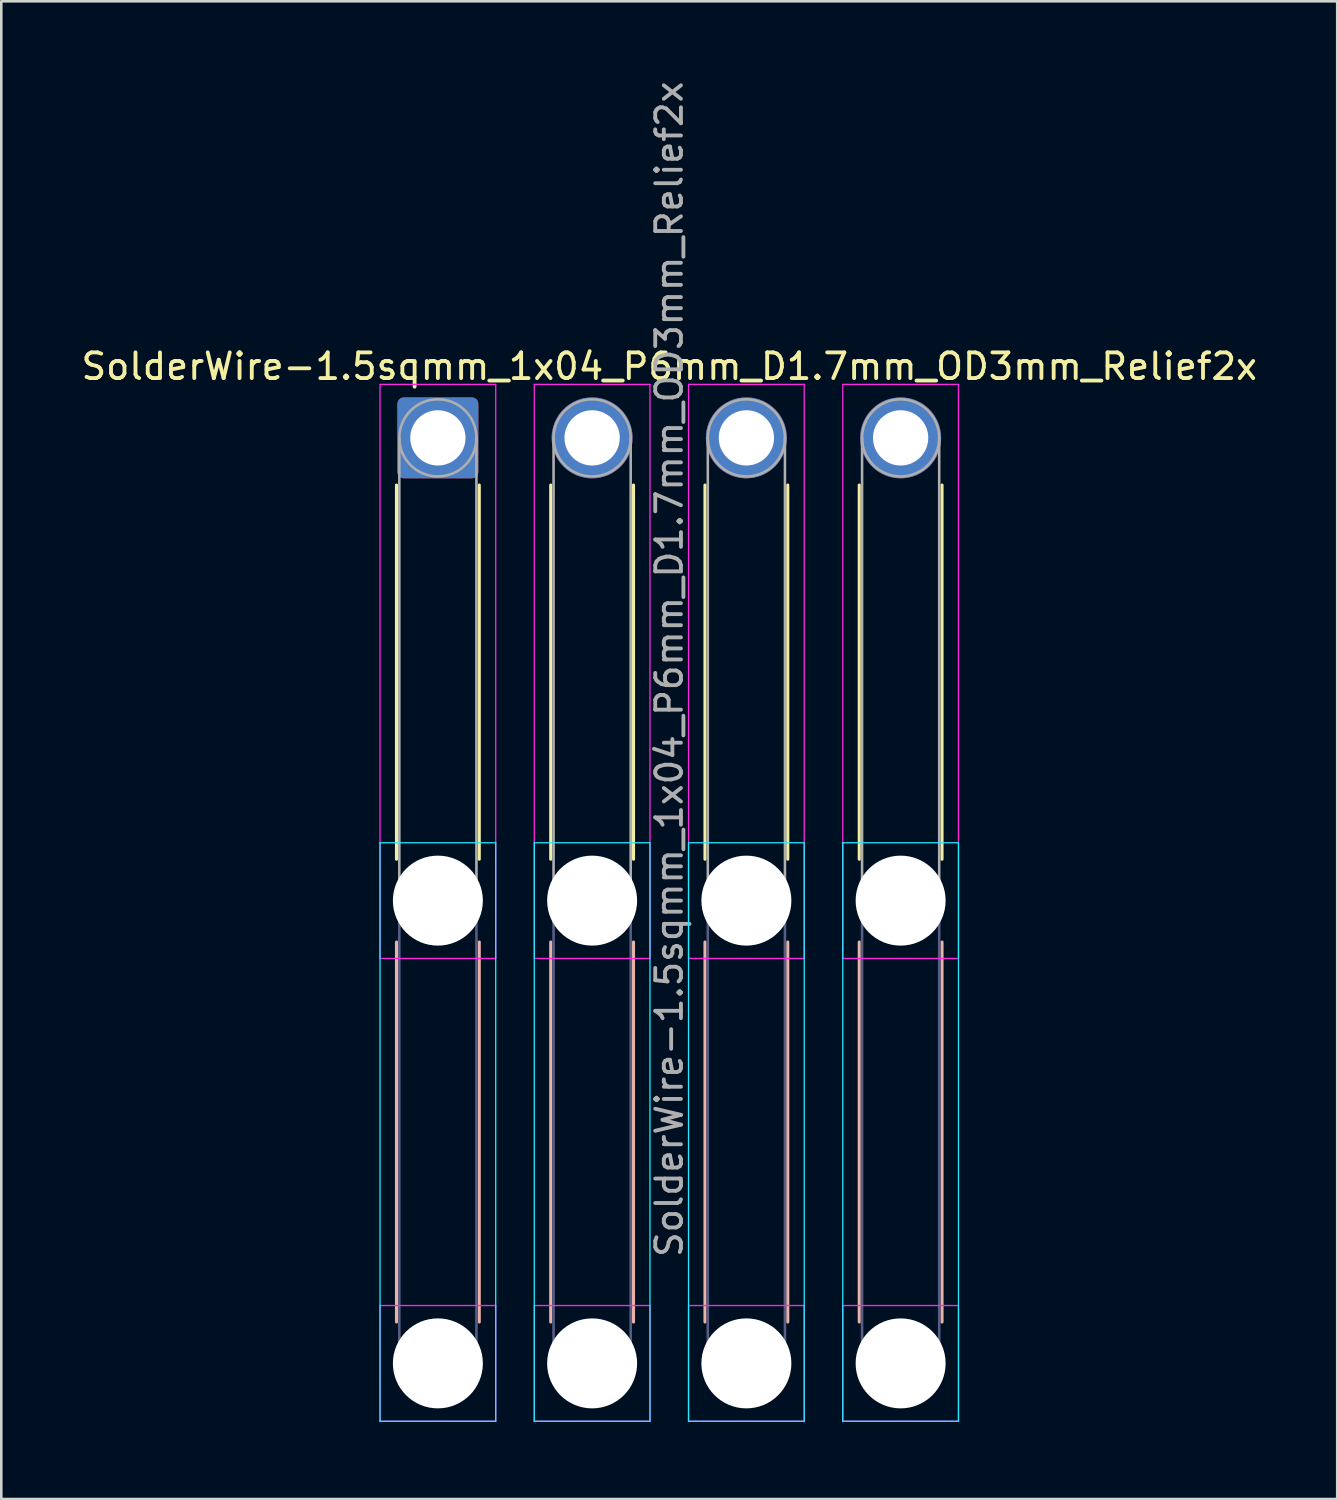
<source format=kicad_pcb>
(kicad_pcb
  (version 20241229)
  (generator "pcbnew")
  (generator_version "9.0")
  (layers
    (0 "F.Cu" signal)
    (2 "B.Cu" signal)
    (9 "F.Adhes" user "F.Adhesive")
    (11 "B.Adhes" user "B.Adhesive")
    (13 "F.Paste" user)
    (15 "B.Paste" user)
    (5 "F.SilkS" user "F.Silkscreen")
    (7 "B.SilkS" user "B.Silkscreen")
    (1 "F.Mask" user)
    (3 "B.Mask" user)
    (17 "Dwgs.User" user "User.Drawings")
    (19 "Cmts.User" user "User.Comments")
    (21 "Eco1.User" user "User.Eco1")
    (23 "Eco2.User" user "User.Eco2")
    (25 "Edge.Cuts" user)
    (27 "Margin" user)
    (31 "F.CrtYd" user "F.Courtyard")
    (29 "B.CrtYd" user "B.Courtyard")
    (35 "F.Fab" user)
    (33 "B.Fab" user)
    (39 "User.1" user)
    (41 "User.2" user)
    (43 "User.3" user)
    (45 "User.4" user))
  (footprint "SolderWire-1.5sqmm_1x04_P6mm_D1.7mm_OD3mm_Relief2x"
    (layer "F.Cu")
    (at 13.982 13.982)
    (property "Reference" "SolderWire-1.5sqmm_1x04_P6mm_D1.7mm_OD3mm_Relief2x" (at 9 -2.78 0) (layer "F.SilkS") (effects (font (size 1 1) (thickness 0.15))))
    (attr exclude_from_pos_files exclude_from_bom)
    (fp_line (start -1.61 1.835) (end -1.61 16.39) (stroke (width 0.12) (type solid)) (layer "F.SilkS"))
    (fp_line (start 1.61 1.835) (end 1.61 16.39) (stroke (width 0.12) (type solid)) (layer "F.SilkS"))
    (fp_line (start 4.39 1.835) (end 4.39 16.39) (stroke (width 0.12) (type solid)) (layer "F.SilkS"))
    (fp_line (start 7.61 1.835) (end 7.61 16.39) (stroke (width 0.12) (type solid)) (layer "F.SilkS"))
    (fp_line (start 10.39 1.835) (end 10.39 16.39) (stroke (width 0.12) (type solid)) (layer "F.SilkS"))
    (fp_line (start 13.61 1.835) (end 13.61 16.39) (stroke (width 0.12) (type solid)) (layer "F.SilkS"))
    (fp_line (start 16.39 1.835) (end 16.39 16.39) (stroke (width 0.12) (type solid)) (layer "F.SilkS"))
    (fp_line (start 19.61 1.835) (end 19.61 16.39) (stroke (width 0.12) (type solid)) (layer "F.SilkS"))
    (fp_line (start -1.61 19.61) (end -1.61 34.39) (stroke (width 0.12) (type solid)) (layer "B.SilkS"))
    (fp_line (start 1.61 19.61) (end 1.61 34.39) (stroke (width 0.12) (type solid)) (layer "B.SilkS"))
    (fp_line (start 4.39 19.61) (end 4.39 34.39) (stroke (width 0.12) (type solid)) (layer "B.SilkS"))
    (fp_line (start 7.61 19.61) (end 7.61 34.39) (stroke (width 0.12) (type solid)) (layer "B.SilkS"))
    (fp_line (start 10.39 19.61) (end 10.39 34.39) (stroke (width 0.12) (type solid)) (layer "B.SilkS"))
    (fp_line (start 13.61 19.61) (end 13.61 34.39) (stroke (width 0.12) (type solid)) (layer "B.SilkS"))
    (fp_line (start 16.39 19.61) (end 16.39 34.39) (stroke (width 0.12) (type solid)) (layer "B.SilkS"))
    (fp_line (start 19.61 19.61) (end 19.61 34.39) (stroke (width 0.12) (type solid)) (layer "B.SilkS"))
    (fp_line (start -2.25 15.75) (end -2.25 38.25) (stroke (width 0.05) (type solid)) (layer "B.CrtYd"))
    (fp_line (start -2.25 38.25) (end 2.25 38.25) (stroke (width 0.05) (type solid)) (layer "B.CrtYd"))
    (fp_line (start 2.25 15.75) (end -2.25 15.75) (stroke (width 0.05) (type solid)) (layer "B.CrtYd"))
    (fp_line (start 2.25 38.25) (end 2.25 15.75) (stroke (width 0.05) (type solid)) (layer "B.CrtYd"))
    (fp_line (start 3.75 15.75) (end 3.75 38.25) (stroke (width 0.05) (type solid)) (layer "B.CrtYd"))
    (fp_line (start 3.75 38.25) (end 8.25 38.25) (stroke (width 0.05) (type solid)) (layer "B.CrtYd"))
    (fp_line (start 8.25 15.75) (end 3.75 15.75) (stroke (width 0.05) (type solid)) (layer "B.CrtYd"))
    (fp_line (start 8.25 38.25) (end 8.25 15.75) (stroke (width 0.05) (type solid)) (layer "B.CrtYd"))
    (fp_line (start 9.75 15.75) (end 9.75 38.25) (stroke (width 0.05) (type solid)) (layer "B.CrtYd"))
    (fp_line (start 9.75 38.25) (end 14.25 38.25) (stroke (width 0.05) (type solid)) (layer "B.CrtYd"))
    (fp_line (start 14.25 15.75) (end 9.75 15.75) (stroke (width 0.05) (type solid)) (layer "B.CrtYd"))
    (fp_line (start 14.25 38.25) (end 14.25 15.75) (stroke (width 0.05) (type solid)) (layer "B.CrtYd"))
    (fp_line (start 15.75 15.75) (end 15.75 38.25) (stroke (width 0.05) (type solid)) (layer "B.CrtYd"))
    (fp_line (start 15.75 38.25) (end 20.25 38.25) (stroke (width 0.05) (type solid)) (layer "B.CrtYd"))
    (fp_line (start 20.25 15.75) (end 15.75 15.75) (stroke (width 0.05) (type solid)) (layer "B.CrtYd"))
    (fp_line (start 20.25 38.25) (end 20.25 15.75) (stroke (width 0.05) (type solid)) (layer "B.CrtYd"))
    (fp_line (start -2.25 -2.08) (end -2.25 20.25) (stroke (width 0.05) (type solid)) (layer "F.CrtYd"))
    (fp_line (start -2.25 20.25) (end 2.25 20.25) (stroke (width 0.05) (type solid)) (layer "F.CrtYd"))
    (fp_line (start -2.25 33.75) (end -2.25 38.25) (stroke (width 0.05) (type solid)) (layer "F.CrtYd"))
    (fp_line (start -2.25 38.25) (end 2.25 38.25) (stroke (width 0.05) (type solid)) (layer "F.CrtYd"))
    (fp_line (start 2.25 -2.08) (end -2.25 -2.08) (stroke (width 0.05) (type solid)) (layer "F.CrtYd"))
    (fp_line (start 2.25 20.25) (end 2.25 -2.08) (stroke (width 0.05) (type solid)) (layer "F.CrtYd"))
    (fp_line (start 2.25 33.75) (end -2.25 33.75) (stroke (width 0.05) (type solid)) (layer "F.CrtYd"))
    (fp_line (start 2.25 38.25) (end 2.25 33.75) (stroke (width 0.05) (type solid)) (layer "F.CrtYd"))
    (fp_line (start 3.75 -2.08) (end 3.75 20.25) (stroke (width 0.05) (type solid)) (layer "F.CrtYd"))
    (fp_line (start 3.75 20.25) (end 8.25 20.25) (stroke (width 0.05) (type solid)) (layer "F.CrtYd"))
    (fp_line (start 3.75 33.75) (end 3.75 38.25) (stroke (width 0.05) (type solid)) (layer "F.CrtYd"))
    (fp_line (start 3.75 38.25) (end 8.25 38.25) (stroke (width 0.05) (type solid)) (layer "F.CrtYd"))
    (fp_line (start 8.25 -2.08) (end 3.75 -2.08) (stroke (width 0.05) (type solid)) (layer "F.CrtYd"))
    (fp_line (start 8.25 20.25) (end 8.25 -2.08) (stroke (width 0.05) (type solid)) (layer "F.CrtYd"))
    (fp_line (start 8.25 33.75) (end 3.75 33.75) (stroke (width 0.05) (type solid)) (layer "F.CrtYd"))
    (fp_line (start 8.25 38.25) (end 8.25 33.75) (stroke (width 0.05) (type solid)) (layer "F.CrtYd"))
    (fp_line (start 9.75 -2.08) (end 9.75 20.25) (stroke (width 0.05) (type solid)) (layer "F.CrtYd"))
    (fp_line (start 9.75 20.25) (end 14.25 20.25) (stroke (width 0.05) (type solid)) (layer "F.CrtYd"))
    (fp_line (start 9.75 33.75) (end 9.75 38.25) (stroke (width 0.05) (type solid)) (layer "F.CrtYd"))
    (fp_line (start 9.75 38.25) (end 14.25 38.25) (stroke (width 0.05) (type solid)) (layer "F.CrtYd"))
    (fp_line (start 14.25 -2.08) (end 9.75 -2.08) (stroke (width 0.05) (type solid)) (layer "F.CrtYd"))
    (fp_line (start 14.25 20.25) (end 14.25 -2.08) (stroke (width 0.05) (type solid)) (layer "F.CrtYd"))
    (fp_line (start 14.25 33.75) (end 9.75 33.75) (stroke (width 0.05) (type solid)) (layer "F.CrtYd"))
    (fp_line (start 14.25 38.25) (end 14.25 33.75) (stroke (width 0.05) (type solid)) (layer "F.CrtYd"))
    (fp_line (start 15.75 -2.08) (end 15.75 20.25) (stroke (width 0.05) (type solid)) (layer "F.CrtYd"))
    (fp_line (start 15.75 20.25) (end 20.25 20.25) (stroke (width 0.05) (type solid)) (layer "F.CrtYd"))
    (fp_line (start 15.75 33.75) (end 15.75 38.25) (stroke (width 0.05) (type solid)) (layer "F.CrtYd"))
    (fp_line (start 15.75 38.25) (end 20.25 38.25) (stroke (width 0.05) (type solid)) (layer "F.CrtYd"))
    (fp_line (start 20.25 -2.08) (end 15.75 -2.08) (stroke (width 0.05) (type solid)) (layer "F.CrtYd"))
    (fp_line (start 20.25 20.25) (end 20.25 -2.08) (stroke (width 0.05) (type solid)) (layer "F.CrtYd"))
    (fp_line (start 20.25 33.75) (end 15.75 33.75) (stroke (width 0.05) (type solid)) (layer "F.CrtYd"))
    (fp_line (start 20.25 38.25) (end 20.25 33.75) (stroke (width 0.05) (type solid)) (layer "F.CrtYd"))
    (fp_line (start -1.5 18) (end -1.5 36) (stroke (width 0.1) (type solid)) (layer "B.Fab"))
    (fp_line (start 1.5 18) (end 1.5 36) (stroke (width 0.1) (type solid)) (layer "B.Fab"))
    (fp_line (start 4.5 18) (end 4.5 36) (stroke (width 0.1) (type solid)) (layer "B.Fab"))
    (fp_line (start 7.5 18) (end 7.5 36) (stroke (width 0.1) (type solid)) (layer "B.Fab"))
    (fp_line (start 10.5 18) (end 10.5 36) (stroke (width 0.1) (type solid)) (layer "B.Fab"))
    (fp_line (start 13.5 18) (end 13.5 36) (stroke (width 0.1) (type solid)) (layer "B.Fab"))
    (fp_line (start 16.5 18) (end 16.5 36) (stroke (width 0.1) (type solid)) (layer "B.Fab"))
    (fp_line (start 19.5 18) (end 19.5 36) (stroke (width 0.1) (type solid)) (layer "B.Fab"))
    (fp_circle (center 0 18) (end 1.5 18) (stroke (width 0.1) (type solid)) (fill no) (layer "B.Fab"))
    (fp_circle (center 0 36) (end 1.5 36) (stroke (width 0.1) (type solid)) (fill no) (layer "B.Fab"))
    (fp_circle (center 6 18) (end 7.5 18) (stroke (width 0.1) (type solid)) (fill no) (layer "B.Fab"))
    (fp_circle (center 6 36) (end 7.5 36) (stroke (width 0.1) (type solid)) (fill no) (layer "B.Fab"))
    (fp_circle (center 12 18) (end 13.5 18) (stroke (width 0.1) (type solid)) (fill no) (layer "B.Fab"))
    (fp_circle (center 12 36) (end 13.5 36) (stroke (width 0.1) (type solid)) (fill no) (layer "B.Fab"))
    (fp_circle (center 18 18) (end 19.5 18) (stroke (width 0.1) (type solid)) (fill no) (layer "B.Fab"))
    (fp_circle (center 18 36) (end 19.5 36) (stroke (width 0.1) (type solid)) (fill no) (layer "B.Fab"))
    (fp_line (start -1.5 0) (end -1.5 18) (stroke (width 0.1) (type solid)) (layer "F.Fab"))
    (fp_line (start 1.5 0) (end 1.5 18) (stroke (width 0.1) (type solid)) (layer "F.Fab"))
    (fp_line (start 4.5 0) (end 4.5 18) (stroke (width 0.1) (type solid)) (layer "F.Fab"))
    (fp_line (start 7.5 0) (end 7.5 18) (stroke (width 0.1) (type solid)) (layer "F.Fab"))
    (fp_line (start 10.5 0) (end 10.5 18) (stroke (width 0.1) (type solid)) (layer "F.Fab"))
    (fp_line (start 13.5 0) (end 13.5 18) (stroke (width 0.1) (type solid)) (layer "F.Fab"))
    (fp_line (start 16.5 0) (end 16.5 18) (stroke (width 0.1) (type solid)) (layer "F.Fab"))
    (fp_line (start 19.5 0) (end 19.5 18) (stroke (width 0.1) (type solid)) (layer "F.Fab"))
    (fp_circle (center 0 0) (end 1.5 0) (stroke (width 0.1) (type solid)) (fill no) (layer "F.Fab"))
    (fp_circle (center 0 18) (end 1.5 18) (stroke (width 0.1) (type solid)) (fill no) (layer "F.Fab"))
    (fp_circle (center 0 36) (end 1.5 36) (stroke (width 0.1) (type solid)) (fill no) (layer "F.Fab"))
    (fp_circle (center 6 0) (end 7.5 0) (stroke (width 0.1) (type solid)) (fill no) (layer "F.Fab"))
    (fp_circle (center 6 18) (end 7.5 18) (stroke (width 0.1) (type solid)) (fill no) (layer "F.Fab"))
    (fp_circle (center 6 36) (end 7.5 36) (stroke (width 0.1) (type solid)) (fill no) (layer "F.Fab"))
    (fp_circle (center 12 0) (end 13.5 0) (stroke (width 0.1) (type solid)) (fill no) (layer "F.Fab"))
    (fp_circle (center 12 18) (end 13.5 18) (stroke (width 0.1) (type solid)) (fill no) (layer "F.Fab"))
    (fp_circle (center 12 36) (end 13.5 36) (stroke (width 0.1) (type solid)) (fill no) (layer "F.Fab"))
    (fp_circle (center 18 0) (end 19.5 0) (stroke (width 0.1) (type solid)) (fill no) (layer "F.Fab"))
    (fp_circle (center 18 18) (end 19.5 18) (stroke (width 0.1) (type solid)) (fill no) (layer "F.Fab"))
    (fp_circle (center 18 36) (end 19.5 36) (stroke (width 0.1) (type solid)) (fill no) (layer "F.Fab"))
    (fp_text user "${REFERENCE}" (at 9 9 90) (layer "F.Fab") (effects (font (size 1 1) (thickness 0.15))))
    (pad "" np_thru_hole circle (at 0 18) (size 3.5 3.5) (drill 3.5) (layers "*.Cu" "*.Mask"))
    (pad "" np_thru_hole circle (at 0 36) (size 3.5 3.5) (drill 3.5) (layers "*.Cu" "*.Mask"))
    (pad "" np_thru_hole circle (at 6 18) (size 3.5 3.5) (drill 3.5) (layers "*.Cu" "*.Mask"))
    (pad "" np_thru_hole circle (at 6 36) (size 3.5 3.5) (drill 3.5) (layers "*.Cu" "*.Mask"))
    (pad "" np_thru_hole circle (at 12 18) (size 3.5 3.5) (drill 3.5) (layers "*.Cu" "*.Mask"))
    (pad "" np_thru_hole circle (at 12 36) (size 3.5 3.5) (drill 3.5) (layers "*.Cu" "*.Mask"))
    (pad "" np_thru_hole circle (at 18 18) (size 3.5 3.5) (drill 3.5) (layers "*.Cu" "*.Mask"))
    (pad "" np_thru_hole circle (at 18 36) (size 3.5 3.5) (drill 3.5) (layers "*.Cu" "*.Mask"))
    (pad "1" thru_hole roundrect (at 0 0) (size 3.15 3.15) (drill 2.15) (layers "*.Cu" "*.Mask") (roundrect_rratio 0.079))
    (pad "2" thru_hole circle (at 6 0) (size 3.15 3.15) (drill 2.15) (layers "*.Cu" "*.Mask"))
    (pad "3" thru_hole circle (at 12 0) (size 3.15 3.15) (drill 2.15) (layers "*.Cu" "*.Mask"))
    (pad "4" thru_hole circle (at 18 0) (size 3.15 3.15) (drill 2.15) (layers "*.Cu" "*.Mask")))
  (gr_rect
    (start -3 -3)
    (end 48.964 55.257)
    (stroke (width 0.1) (type default))
    (fill no)
    (layer "Edge.Cuts")))
</source>
